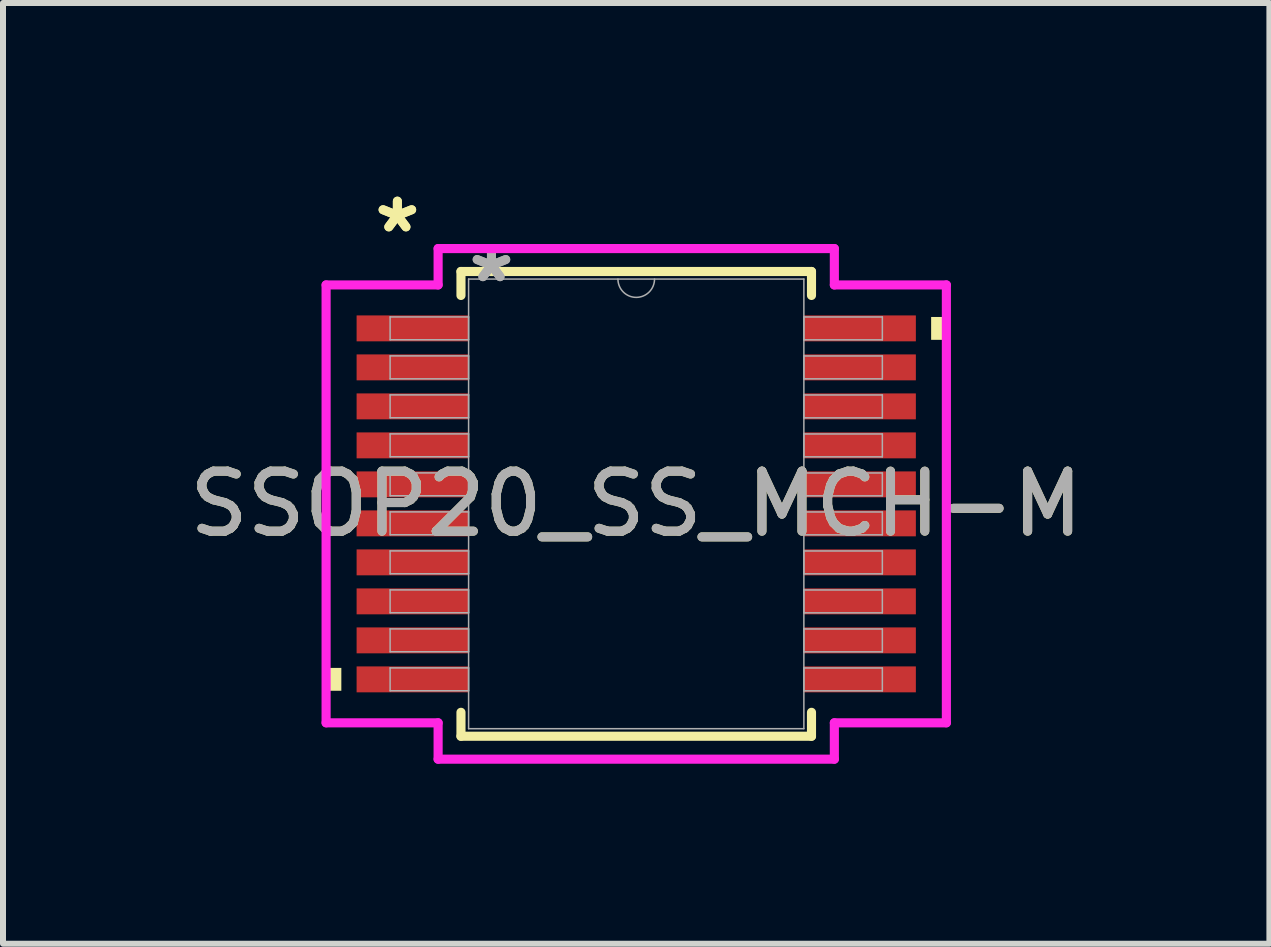
<source format=kicad_pcb>
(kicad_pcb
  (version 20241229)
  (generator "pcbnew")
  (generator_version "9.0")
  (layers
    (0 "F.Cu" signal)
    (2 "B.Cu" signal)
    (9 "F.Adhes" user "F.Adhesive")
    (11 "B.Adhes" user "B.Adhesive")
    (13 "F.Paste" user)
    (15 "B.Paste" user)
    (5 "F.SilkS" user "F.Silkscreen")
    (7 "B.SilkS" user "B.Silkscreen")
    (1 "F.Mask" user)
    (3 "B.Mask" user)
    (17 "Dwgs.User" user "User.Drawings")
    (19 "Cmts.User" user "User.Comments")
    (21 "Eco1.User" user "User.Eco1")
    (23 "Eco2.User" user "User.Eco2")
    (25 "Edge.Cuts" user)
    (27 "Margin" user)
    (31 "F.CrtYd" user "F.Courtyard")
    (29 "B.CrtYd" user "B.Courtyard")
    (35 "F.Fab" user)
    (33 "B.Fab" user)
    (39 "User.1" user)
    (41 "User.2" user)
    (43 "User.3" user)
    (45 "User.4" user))
  (footprint "SSOP20_SS_MCH-M"
    (layer "F.Cu")
    (at 7.554 5.348)
    (property "Reference" "SSOP20_SS_MCH-M" (at 0 0 0) (unlocked yes) (layer "F.SilkS") (effects (font (size 1 1) (thickness 0.15))))
    (attr smd)
    (fp_line (start -2.921 -3.873) (end -2.921 -3.474) (stroke (width 0.152) (type solid)) (layer "F.SilkS"))
    (fp_line (start -2.921 3.474) (end -2.921 3.873) (stroke (width 0.152) (type solid)) (layer "F.SilkS"))
    (fp_line (start -2.921 3.873) (end 2.921 3.873) (stroke (width 0.152) (type solid)) (layer "F.SilkS"))
    (fp_line (start 2.921 -3.873) (end -2.921 -3.873) (stroke (width 0.152) (type solid)) (layer "F.SilkS"))
    (fp_line (start 2.921 -3.474) (end 2.921 -3.873) (stroke (width 0.152) (type solid)) (layer "F.SilkS"))
    (fp_line (start 2.921 3.873) (end 2.921 3.474) (stroke (width 0.152) (type solid)) (layer "F.SilkS"))
    (fp_poly (pts (xy -5.169 2.734) (xy -5.169 3.115) (xy -4.915 3.115) (xy -4.915 2.734)) (stroke (width 0) (type solid)) (fill yes) (layer "F.SilkS"))
    (fp_poly (pts (xy 5.169 -3.115) (xy 5.169 -2.734) (xy 4.915 -2.734) (xy 4.915 -3.115)) (stroke (width 0) (type solid)) (fill yes) (layer "F.SilkS"))
    (fp_line (start -5.169 -3.649) (end -3.302 -3.649) (stroke (width 0.152) (type solid)) (layer "F.CrtYd"))
    (fp_line (start -5.169 3.649) (end -5.169 -3.649) (stroke (width 0.152) (type solid)) (layer "F.CrtYd"))
    (fp_line (start -5.169 3.649) (end -3.302 3.649) (stroke (width 0.152) (type solid)) (layer "F.CrtYd"))
    (fp_line (start -3.302 -4.255) (end 3.302 -4.255) (stroke (width 0.152) (type solid)) (layer "F.CrtYd"))
    (fp_line (start -3.302 -3.649) (end -3.302 -4.255) (stroke (width 0.152) (type solid)) (layer "F.CrtYd"))
    (fp_line (start -3.302 4.255) (end -3.302 3.649) (stroke (width 0.152) (type solid)) (layer "F.CrtYd"))
    (fp_line (start 3.302 -4.255) (end 3.302 -3.649) (stroke (width 0.152) (type solid)) (layer "F.CrtYd"))
    (fp_line (start 3.302 3.649) (end 3.302 4.255) (stroke (width 0.152) (type solid)) (layer "F.CrtYd"))
    (fp_line (start 3.302 4.255) (end -3.302 4.255) (stroke (width 0.152) (type solid)) (layer "F.CrtYd"))
    (fp_line (start 5.169 -3.649) (end 3.302 -3.649) (stroke (width 0.152) (type solid)) (layer "F.CrtYd"))
    (fp_line (start 5.169 -3.649) (end 5.169 3.649) (stroke (width 0.152) (type solid)) (layer "F.CrtYd"))
    (fp_line (start 5.169 3.649) (end 3.302 3.649) (stroke (width 0.152) (type solid)) (layer "F.CrtYd"))
    (fp_line (start -4.102 -3.116) (end -4.102 -2.735) (stroke (width 0.025) (type solid)) (layer "F.Fab"))
    (fp_line (start -4.102 -2.735) (end -2.794 -2.735) (stroke (width 0.025) (type solid)) (layer "F.Fab"))
    (fp_line (start -4.102 -2.466) (end -4.102 -2.084) (stroke (width 0.025) (type solid)) (layer "F.Fab"))
    (fp_line (start -4.102 -2.084) (end -2.794 -2.084) (stroke (width 0.025) (type solid)) (layer "F.Fab"))
    (fp_line (start -4.102 -1.816) (end -4.102 -1.435) (stroke (width 0.025) (type solid)) (layer "F.Fab"))
    (fp_line (start -4.102 -1.435) (end -2.794 -1.435) (stroke (width 0.025) (type solid)) (layer "F.Fab"))
    (fp_line (start -4.102 -1.166) (end -4.102 -0.785) (stroke (width 0.025) (type solid)) (layer "F.Fab"))
    (fp_line (start -4.102 -0.785) (end -2.794 -0.785) (stroke (width 0.025) (type solid)) (layer "F.Fab"))
    (fp_line (start -4.102 -0.516) (end -4.102 -0.135) (stroke (width 0.025) (type solid)) (layer "F.Fab"))
    (fp_line (start -4.102 -0.135) (end -2.794 -0.135) (stroke (width 0.025) (type solid)) (layer "F.Fab"))
    (fp_line (start -4.102 0.134) (end -4.102 0.515) (stroke (width 0.025) (type solid)) (layer "F.Fab"))
    (fp_line (start -4.102 0.515) (end -2.794 0.515) (stroke (width 0.025) (type solid)) (layer "F.Fab"))
    (fp_line (start -4.102 0.784) (end -4.102 1.165) (stroke (width 0.025) (type solid)) (layer "F.Fab"))
    (fp_line (start -4.102 1.165) (end -2.794 1.165) (stroke (width 0.025) (type solid)) (layer "F.Fab"))
    (fp_line (start -4.102 1.434) (end -4.102 1.815) (stroke (width 0.025) (type solid)) (layer "F.Fab"))
    (fp_line (start -4.102 1.815) (end -2.794 1.815) (stroke (width 0.025) (type solid)) (layer "F.Fab"))
    (fp_line (start -4.102 2.084) (end -4.102 2.465) (stroke (width 0.025) (type solid)) (layer "F.Fab"))
    (fp_line (start -4.102 2.465) (end -2.794 2.465) (stroke (width 0.025) (type solid)) (layer "F.Fab"))
    (fp_line (start -4.102 2.734) (end -4.102 3.115) (stroke (width 0.025) (type solid)) (layer "F.Fab"))
    (fp_line (start -4.102 3.115) (end -2.794 3.115) (stroke (width 0.025) (type solid)) (layer "F.Fab"))
    (fp_line (start -2.794 -3.747) (end -2.794 3.747) (stroke (width 0.025) (type solid)) (layer "F.Fab"))
    (fp_line (start -2.794 -3.116) (end -4.102 -3.116) (stroke (width 0.025) (type solid)) (layer "F.Fab"))
    (fp_line (start -2.794 -2.735) (end -2.794 -3.116) (stroke (width 0.025) (type solid)) (layer "F.Fab"))
    (fp_line (start -2.794 -2.466) (end -4.102 -2.466) (stroke (width 0.025) (type solid)) (layer "F.Fab"))
    (fp_line (start -2.794 -2.084) (end -2.794 -2.466) (stroke (width 0.025) (type solid)) (layer "F.Fab"))
    (fp_line (start -2.794 -1.816) (end -4.102 -1.816) (stroke (width 0.025) (type solid)) (layer "F.Fab"))
    (fp_line (start -2.794 -1.435) (end -2.794 -1.816) (stroke (width 0.025) (type solid)) (layer "F.Fab"))
    (fp_line (start -2.794 -1.166) (end -4.102 -1.166) (stroke (width 0.025) (type solid)) (layer "F.Fab"))
    (fp_line (start -2.794 -0.785) (end -2.794 -1.166) (stroke (width 0.025) (type solid)) (layer "F.Fab"))
    (fp_line (start -2.794 -0.516) (end -4.102 -0.516) (stroke (width 0.025) (type solid)) (layer "F.Fab"))
    (fp_line (start -2.794 -0.135) (end -2.794 -0.516) (stroke (width 0.025) (type solid)) (layer "F.Fab"))
    (fp_line (start -2.794 0.134) (end -4.102 0.134) (stroke (width 0.025) (type solid)) (layer "F.Fab"))
    (fp_line (start -2.794 0.515) (end -2.794 0.134) (stroke (width 0.025) (type solid)) (layer "F.Fab"))
    (fp_line (start -2.794 0.784) (end -4.102 0.784) (stroke (width 0.025) (type solid)) (layer "F.Fab"))
    (fp_line (start -2.794 1.165) (end -2.794 0.784) (stroke (width 0.025) (type solid)) (layer "F.Fab"))
    (fp_line (start -2.794 1.434) (end -4.102 1.434) (stroke (width 0.025) (type solid)) (layer "F.Fab"))
    (fp_line (start -2.794 1.815) (end -2.794 1.434) (stroke (width 0.025) (type solid)) (layer "F.Fab"))
    (fp_line (start -2.794 2.084) (end -4.102 2.084) (stroke (width 0.025) (type solid)) (layer "F.Fab"))
    (fp_line (start -2.794 2.465) (end -2.794 2.084) (stroke (width 0.025) (type solid)) (layer "F.Fab"))
    (fp_line (start -2.794 2.734) (end -4.102 2.734) (stroke (width 0.025) (type solid)) (layer "F.Fab"))
    (fp_line (start -2.794 3.115) (end -2.794 2.734) (stroke (width 0.025) (type solid)) (layer "F.Fab"))
    (fp_line (start -2.794 3.747) (end 2.794 3.747) (stroke (width 0.025) (type solid)) (layer "F.Fab"))
    (fp_line (start 2.794 -3.747) (end -2.794 -3.747) (stroke (width 0.025) (type solid)) (layer "F.Fab"))
    (fp_line (start 2.794 -3.115) (end 2.794 -2.734) (stroke (width 0.025) (type solid)) (layer "F.Fab"))
    (fp_line (start 2.794 -2.734) (end 4.102 -2.734) (stroke (width 0.025) (type solid)) (layer "F.Fab"))
    (fp_line (start 2.794 -2.465) (end 2.794 -2.084) (stroke (width 0.025) (type solid)) (layer "F.Fab"))
    (fp_line (start 2.794 -2.084) (end 4.102 -2.084) (stroke (width 0.025) (type solid)) (layer "F.Fab"))
    (fp_line (start 2.794 -1.815) (end 2.794 -1.434) (stroke (width 0.025) (type solid)) (layer "F.Fab"))
    (fp_line (start 2.794 -1.434) (end 4.102 -1.434) (stroke (width 0.025) (type solid)) (layer "F.Fab"))
    (fp_line (start 2.794 -1.165) (end 2.794 -0.784) (stroke (width 0.025) (type solid)) (layer "F.Fab"))
    (fp_line (start 2.794 -0.784) (end 4.102 -0.784) (stroke (width 0.025) (type solid)) (layer "F.Fab"))
    (fp_line (start 2.794 -0.515) (end 2.794 -0.134) (stroke (width 0.025) (type solid)) (layer "F.Fab"))
    (fp_line (start 2.794 -0.134) (end 4.102 -0.134) (stroke (width 0.025) (type solid)) (layer "F.Fab"))
    (fp_line (start 2.794 0.135) (end 2.794 0.516) (stroke (width 0.025) (type solid)) (layer "F.Fab"))
    (fp_line (start 2.794 0.516) (end 4.102 0.516) (stroke (width 0.025) (type solid)) (layer "F.Fab"))
    (fp_line (start 2.794 0.785) (end 2.794 1.166) (stroke (width 0.025) (type solid)) (layer "F.Fab"))
    (fp_line (start 2.794 1.166) (end 4.102 1.166) (stroke (width 0.025) (type solid)) (layer "F.Fab"))
    (fp_line (start 2.794 1.435) (end 2.794 1.816) (stroke (width 0.025) (type solid)) (layer "F.Fab"))
    (fp_line (start 2.794 1.816) (end 4.102 1.816) (stroke (width 0.025) (type solid)) (layer "F.Fab"))
    (fp_line (start 2.794 2.085) (end 2.794 2.466) (stroke (width 0.025) (type solid)) (layer "F.Fab"))
    (fp_line (start 2.794 2.466) (end 4.102 2.466) (stroke (width 0.025) (type solid)) (layer "F.Fab"))
    (fp_line (start 2.794 2.735) (end 2.794 3.116) (stroke (width 0.025) (type solid)) (layer "F.Fab"))
    (fp_line (start 2.794 3.116) (end 4.102 3.116) (stroke (width 0.025) (type solid)) (layer "F.Fab"))
    (fp_line (start 2.794 3.747) (end 2.794 -3.747) (stroke (width 0.025) (type solid)) (layer "F.Fab"))
    (fp_line (start 4.102 -3.115) (end 2.794 -3.115) (stroke (width 0.025) (type solid)) (layer "F.Fab"))
    (fp_line (start 4.102 -2.734) (end 4.102 -3.115) (stroke (width 0.025) (type solid)) (layer "F.Fab"))
    (fp_line (start 4.102 -2.465) (end 2.794 -2.465) (stroke (width 0.025) (type solid)) (layer "F.Fab"))
    (fp_line (start 4.102 -2.084) (end 4.102 -2.465) (stroke (width 0.025) (type solid)) (layer "F.Fab"))
    (fp_line (start 4.102 -1.815) (end 2.794 -1.815) (stroke (width 0.025) (type solid)) (layer "F.Fab"))
    (fp_line (start 4.102 -1.434) (end 4.102 -1.815) (stroke (width 0.025) (type solid)) (layer "F.Fab"))
    (fp_line (start 4.102 -1.165) (end 2.794 -1.165) (stroke (width 0.025) (type solid)) (layer "F.Fab"))
    (fp_line (start 4.102 -0.784) (end 4.102 -1.165) (stroke (width 0.025) (type solid)) (layer "F.Fab"))
    (fp_line (start 4.102 -0.515) (end 2.794 -0.515) (stroke (width 0.025) (type solid)) (layer "F.Fab"))
    (fp_line (start 4.102 -0.134) (end 4.102 -0.515) (stroke (width 0.025) (type solid)) (layer "F.Fab"))
    (fp_line (start 4.102 0.135) (end 2.794 0.135) (stroke (width 0.025) (type solid)) (layer "F.Fab"))
    (fp_line (start 4.102 0.516) (end 4.102 0.135) (stroke (width 0.025) (type solid)) (layer "F.Fab"))
    (fp_line (start 4.102 0.785) (end 2.794 0.785) (stroke (width 0.025) (type solid)) (layer "F.Fab"))
    (fp_line (start 4.102 1.166) (end 4.102 0.785) (stroke (width 0.025) (type solid)) (layer "F.Fab"))
    (fp_line (start 4.102 1.435) (end 2.794 1.435) (stroke (width 0.025) (type solid)) (layer "F.Fab"))
    (fp_line (start 4.102 1.816) (end 4.102 1.435) (stroke (width 0.025) (type solid)) (layer "F.Fab"))
    (fp_line (start 4.102 2.085) (end 2.794 2.085) (stroke (width 0.025) (type solid)) (layer "F.Fab"))
    (fp_line (start 4.102 2.466) (end 4.102 2.085) (stroke (width 0.025) (type solid)) (layer "F.Fab"))
    (fp_line (start 4.102 2.735) (end 2.794 2.735) (stroke (width 0.025) (type solid)) (layer "F.Fab"))
    (fp_line (start 4.102 3.116) (end 4.102 2.735) (stroke (width 0.025) (type solid)) (layer "F.Fab"))
    (fp_arc (start 0.3048 -3.7465) (mid 0 -3.4417) (end -0.3048 -3.7465) (stroke (width 0.0254) (type solid)) (layer "F.Fab"))
    (fp_text user "*" (at -3.981 -4.5 0) (layer "F.SilkS") (effects (font (size 1 1) (thickness 0.15))))
    (fp_text user "*" (at -3.981 -4.5 0) (unlocked yes) (layer "F.SilkS") (effects (font (size 1 1) (thickness 0.15))))
    (fp_text user "${REFERENCE}" (at 0 0 0) (unlocked yes) (layer "F.Fab") (effects (font (size 1 1) (thickness 0.15))))
    (fp_text user "*" (at -2.413 -3.67 0) (unlocked yes) (layer "F.Fab") (effects (font (size 1 1) (thickness 0.15))))
    (fp_text user "*" (at -2.413 -3.67 0) (layer "F.Fab") (effects (font (size 1 1) (thickness 0.15))))
    (pad "1" smd rect (at -3.727 -2.925) (size 1.867 0.432) (layers "F.Cu" "F.Mask" "F.Paste"))
    (pad "2" smd rect (at -3.727 -2.275) (size 1.867 0.432) (layers "F.Cu" "F.Mask" "F.Paste"))
    (pad "3" smd rect (at -3.727 -1.625) (size 1.867 0.432) (layers "F.Cu" "F.Mask" "F.Paste"))
    (pad "4" smd rect (at -3.727 -0.975) (size 1.867 0.432) (layers "F.Cu" "F.Mask" "F.Paste"))
    (pad "5" smd rect (at -3.727 -0.325) (size 1.867 0.432) (layers "F.Cu" "F.Mask" "F.Paste"))
    (pad "6" smd rect (at -3.727 0.325) (size 1.867 0.432) (layers "F.Cu" "F.Mask" "F.Paste"))
    (pad "7" smd rect (at -3.727 0.975) (size 1.867 0.432) (layers "F.Cu" "F.Mask" "F.Paste"))
    (pad "8" smd rect (at -3.727 1.625) (size 1.867 0.432) (layers "F.Cu" "F.Mask" "F.Paste"))
    (pad "9" smd rect (at -3.727 2.275) (size 1.867 0.432) (layers "F.Cu" "F.Mask" "F.Paste"))
    (pad "10" smd rect (at -3.727 2.925) (size 1.867 0.432) (layers "F.Cu" "F.Mask" "F.Paste"))
    (pad "11" smd rect (at 3.727 2.925) (size 1.867 0.432) (layers "F.Cu" "F.Mask" "F.Paste"))
    (pad "12" smd rect (at 3.727 2.275) (size 1.867 0.432) (layers "F.Cu" "F.Mask" "F.Paste"))
    (pad "13" smd rect (at 3.727 1.625) (size 1.867 0.432) (layers "F.Cu" "F.Mask" "F.Paste"))
    (pad "14" smd rect (at 3.727 0.975) (size 1.867 0.432) (layers "F.Cu" "F.Mask" "F.Paste"))
    (pad "15" smd rect (at 3.727 0.325) (size 1.867 0.432) (layers "F.Cu" "F.Mask" "F.Paste"))
    (pad "16" smd rect (at 3.727 -0.325) (size 1.867 0.432) (layers "F.Cu" "F.Mask" "F.Paste"))
    (pad "17" smd rect (at 3.727 -0.975) (size 1.867 0.432) (layers "F.Cu" "F.Mask" "F.Paste"))
    (pad "18" smd rect (at 3.727 -1.625) (size 1.867 0.432) (layers "F.Cu" "F.Mask" "F.Paste"))
    (pad "19" smd rect (at 3.727 -2.275) (size 1.867 0.432) (layers "F.Cu" "F.Mask" "F.Paste"))
    (pad "20" smd rect (at 3.727 -2.925) (size 1.867 0.432) (layers "F.Cu" "F.Mask" "F.Paste")))
  (gr_rect
    (start -3 -3)
    (end 18.107 12.679)
    (stroke (width 0.1) (type default))
    (fill no)
    (layer "Edge.Cuts")))
</source>
